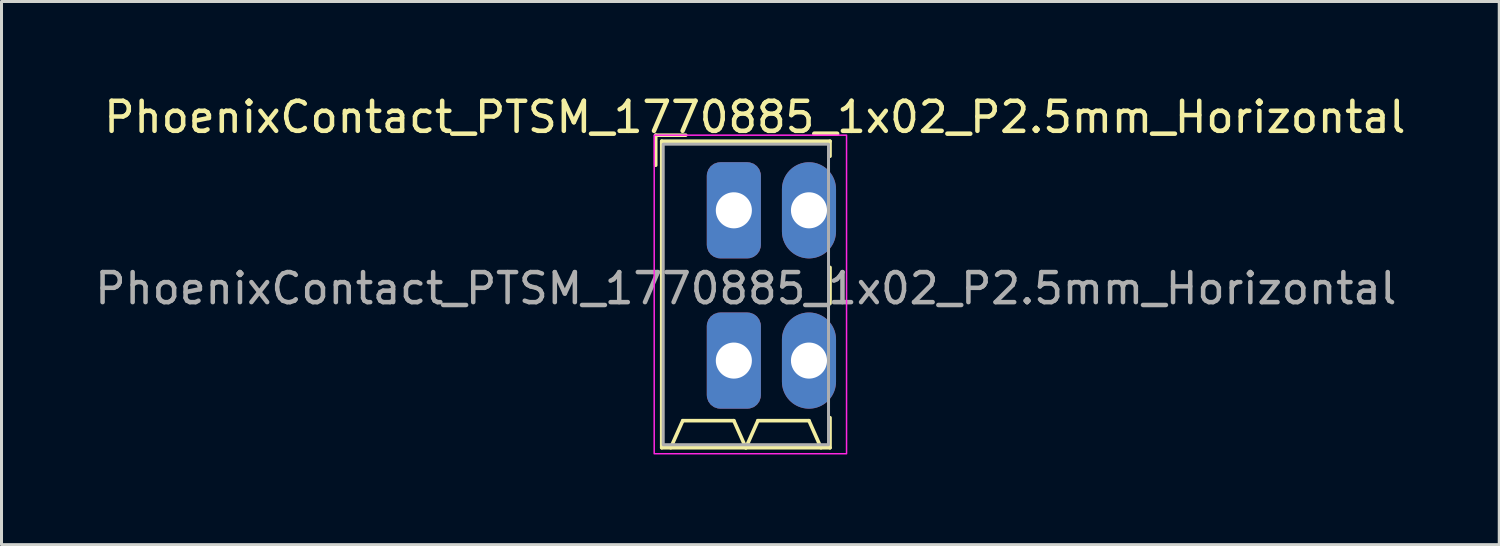
<source format=kicad_pcb>
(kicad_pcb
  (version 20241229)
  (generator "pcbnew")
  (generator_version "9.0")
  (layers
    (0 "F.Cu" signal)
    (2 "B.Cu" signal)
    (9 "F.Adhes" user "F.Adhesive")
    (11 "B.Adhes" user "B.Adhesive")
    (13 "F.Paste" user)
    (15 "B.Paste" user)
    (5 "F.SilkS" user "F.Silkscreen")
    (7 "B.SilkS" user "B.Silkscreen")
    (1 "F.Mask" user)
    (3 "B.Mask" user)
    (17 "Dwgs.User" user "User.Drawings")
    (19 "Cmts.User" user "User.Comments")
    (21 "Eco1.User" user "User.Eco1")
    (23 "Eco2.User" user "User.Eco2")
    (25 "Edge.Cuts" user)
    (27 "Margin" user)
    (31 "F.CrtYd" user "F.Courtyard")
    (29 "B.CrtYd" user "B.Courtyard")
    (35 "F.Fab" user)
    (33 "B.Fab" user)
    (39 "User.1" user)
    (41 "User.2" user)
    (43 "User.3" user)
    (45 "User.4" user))
  (footprint "PhoenixContact_PTSM_1770885_1x02_P2.5mm_Horizontal"
    (layer "F.Cu")
    (at 21.368 3.948)
    (property "Reference" "PhoenixContact_PTSM_1770885_1x02_P2.5mm_Horizontal" (at 0.7 -3.1 0) (unlocked yes) (layer "F.SilkS") (effects (font (size 1 1) (thickness 0.15))))
    (attr through_hole)
    (fp_line (start -2.6 -2.5) (end -1.6 -2.5) (stroke (width 0.12) (type default)) (layer "F.SilkS"))
    (fp_line (start -2.6 -1.5) (end -2.6 -2.5) (stroke (width 0.12) (type default)) (layer "F.SilkS"))
    (fp_line (start -2.4 -2.3) (end -2.4 7.9) (stroke (width 0.12) (type default)) (layer "F.SilkS"))
    (fp_line (start -2.4 7.9) (end 3.2 7.9) (stroke (width 0.12) (type default)) (layer "F.SilkS"))
    (fp_line (start -1.7 7) (end -2.1 7.9) (stroke (width 0.12) (type default)) (layer "F.SilkS"))
    (fp_line (start -1.7 7) (end 0 7) (stroke (width 0.12) (type default)) (layer "F.SilkS"))
    (fp_line (start 0 7) (end 0.4 7.9) (stroke (width 0.12) (type default)) (layer "F.SilkS"))
    (fp_line (start 0.4 7.9) (end 0.8 7) (stroke (width 0.12) (type default)) (layer "F.SilkS"))
    (fp_line (start 0.8 7) (end 2.5 7) (stroke (width 0.12) (type default)) (layer "F.SilkS"))
    (fp_line (start 2.5 7) (end 2.9 7.9) (stroke (width 0.12) (type default)) (layer "F.SilkS"))
    (fp_line (start 3.2 -2.3) (end -2.4 -2.3) (stroke (width 0.12) (type default)) (layer "F.SilkS"))
    (fp_line (start 3.2 -1.8) (end 3.2 -2.3) (stroke (width 0.12) (type default)) (layer "F.SilkS"))
    (fp_line (start 3.2 1.9) (end 3.2 3.1) (stroke (width 0.12) (type default)) (layer "F.SilkS"))
    (fp_line (start 3.2 7.9) (end 3.2 6.9) (stroke (width 0.12) (type default)) (layer "F.SilkS"))
    (fp_rect (start -2.65 -2.5) (end 3.75 8.1) (stroke (width 0.05) (type default)) (fill no) (layer "F.CrtYd"))
    (fp_rect (start -2.35 -2.2) (end 3.15 7.8) (stroke (width 0.1) (type default)) (fill no) (layer "F.Fab"))
    (fp_text user "${REFERENCE}" (at 0.4 2.6 0) (unlocked yes) (layer "F.Fab") (effects (font (size 1 1) (thickness 0.15))))
    (pad "1" thru_hole roundrect (at 0 0) (size 1.8 3.2) (drill 1.2) (layers "*.Cu" "*.Mask") (roundrect_rratio 0.25))
    (pad "1" thru_hole roundrect (at 0 5) (size 1.8 3.2) (drill 1.2) (layers "*.Cu" "*.Mask") (roundrect_rratio 0.25))
    (pad "2" thru_hole oval (at 2.5 0) (size 1.8 3.2) (drill 1.2) (layers "*.Cu" "*.Mask"))
    (pad "2" thru_hole oval (at 2.5 5) (size 1.8 3.2) (drill 1.2) (layers "*.Cu" "*.Mask")))
  (gr_rect
    (start -3 -3)
    (end 46.836 15.073)
    (stroke (width 0.1) (type default))
    (fill no)
    (layer "Edge.Cuts")))
</source>
